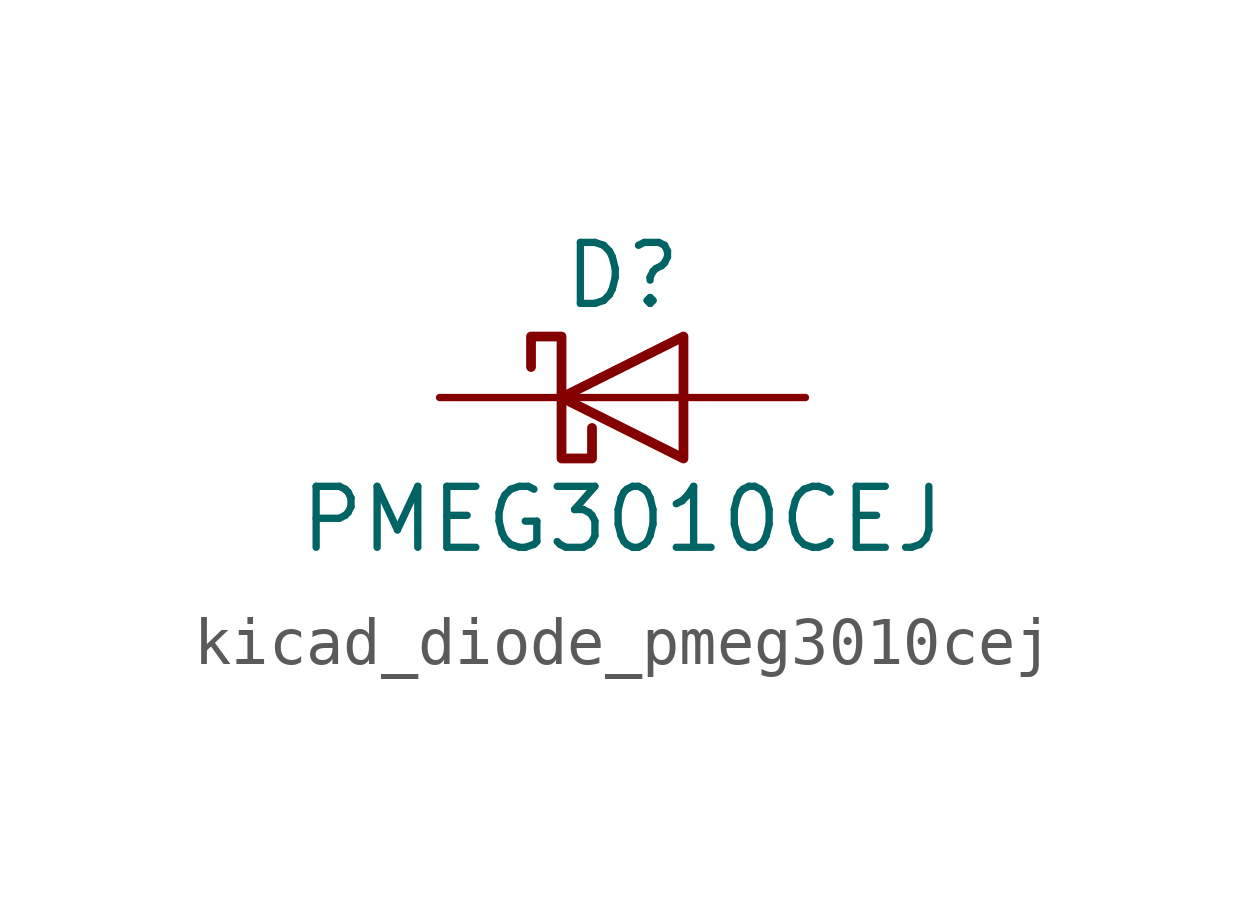
<source format=kicad_sym>
(kicad_symbol_lib
  (version 20220914)
  (generator kicad_symbol_editor)
  (symbol "kicad_diode_pmeg3010cej"
    (pin_numbers hide)
    (pin_names hide)
    (property "Reference" "D"
      (at 0 2.54 0)
      (effects (font (size 1.27 1.27))))
    (property "Value" "PMEG3010CEJ"
      (at 0 -2.54 0)
      (effects (font (size 1.27 1.27))))
    (symbol "kicad_diode_pmeg3010cej_0_1"
      (polyline (pts (xy 1.27 0) (xy -1.27 0)) (stroke (width 0) (type default)) (fill (type none)))
      (polyline (pts (xy 1.27 1.27) (xy 1.27 -1.27) (xy -1.27 0) (xy 1.27 1.27)) (stroke (width 0.203) (type default)) (fill (type none)))
      (polyline (pts (xy -1.905 0.635) (xy -1.905 1.27) (xy -1.27 1.27) (xy -1.27 -1.27) (xy -0.635 -1.27) (xy -0.635 -0.635)) (stroke (width 0.203) (type default)) (fill (type none))))
    (symbol "kicad_diode_pmeg3010cej_1_1"
      (pin passive line (at -3.81 0 0) (length 2.54) (name "K" (effects (font (size 1.27 1.27)))) (number "1" (effects (font (size 1.27 1.27)))))
      (pin passive line (at 3.81 0 180) (length 2.54) (name "A" (effects (font (size 1.27 1.27)))) (number "2" (effects (font (size 1.27 1.27))))))))
</source>
